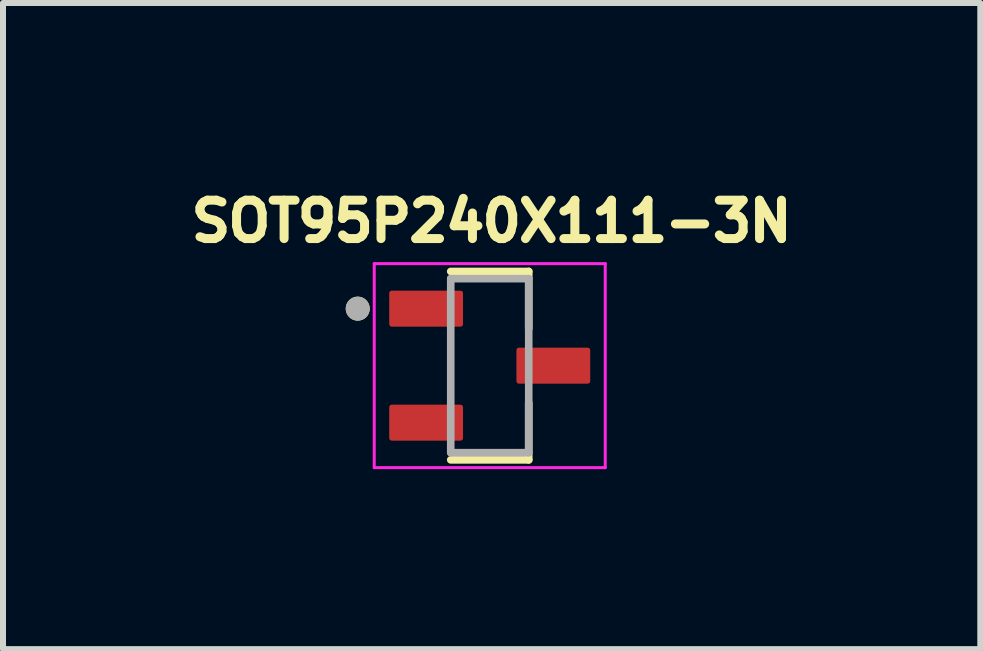
<source format=kicad_pcb>
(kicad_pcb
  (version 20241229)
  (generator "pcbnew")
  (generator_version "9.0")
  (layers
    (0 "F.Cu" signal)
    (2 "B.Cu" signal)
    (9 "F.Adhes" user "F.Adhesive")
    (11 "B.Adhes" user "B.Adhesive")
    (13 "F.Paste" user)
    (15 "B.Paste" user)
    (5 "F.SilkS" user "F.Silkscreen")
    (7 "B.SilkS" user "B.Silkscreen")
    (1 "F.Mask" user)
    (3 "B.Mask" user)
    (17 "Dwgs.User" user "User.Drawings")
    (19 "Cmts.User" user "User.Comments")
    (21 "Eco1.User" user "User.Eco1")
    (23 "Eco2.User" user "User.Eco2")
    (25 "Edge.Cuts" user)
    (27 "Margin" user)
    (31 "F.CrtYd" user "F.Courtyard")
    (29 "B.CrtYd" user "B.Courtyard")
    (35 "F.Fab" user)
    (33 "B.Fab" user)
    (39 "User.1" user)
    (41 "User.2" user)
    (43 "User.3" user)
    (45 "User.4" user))
  (footprint "SOT95P240X111-3N"
    (layer "F.Cu")
    (at 5.112 3.044)
    (property "Reference" "SOT95P240X111-3N" (at 0.032 -2.406 0) (layer "F.SilkS") (effects (font (size 0.64 0.64) (thickness 0.15))))
    (attr through_hole)
    (fp_line (start -0.65 -1.57) (end 0.65 -1.57) (stroke (width 0.127) (type solid)) (layer "F.SilkS"))
    (fp_line (start -0.65 1.57) (end 0.65 1.57) (stroke (width 0.127) (type solid)) (layer "F.SilkS"))
    (fp_line (start 0.65 -1.57) (end 0.65 -0.62) (stroke (width 0.127) (type solid)) (layer "F.SilkS"))
    (fp_line (start 0.65 1.57) (end 0.65 0.62) (stroke (width 0.127) (type solid)) (layer "F.SilkS"))
    (fp_circle (center -2.2 -0.95) (end -2.1 -0.95) (stroke (width 0.2) (type solid)) (fill no) (layer "F.SilkS"))
    (fp_line (start -1.925 -1.7) (end 1.925 -1.7) (stroke (width 0.05) (type solid)) (layer "F.CrtYd"))
    (fp_line (start -1.925 1.7) (end -1.925 -1.7) (stroke (width 0.05) (type solid)) (layer "F.CrtYd"))
    (fp_line (start 1.925 1.7) (end -1.925 1.7) (stroke (width 0.05) (type solid)) (layer "F.CrtYd"))
    (fp_line (start 1.925 1.7) (end 1.925 -1.7) (stroke (width 0.05) (type solid)) (layer "F.CrtYd"))
    (fp_line (start -0.65 -1.45) (end 0.65 -1.45) (stroke (width 0.127) (type solid)) (layer "F.Fab"))
    (fp_line (start -0.65 1.45) (end -0.65 -1.45) (stroke (width 0.127) (type solid)) (layer "F.Fab"))
    (fp_line (start 0.65 -1.45) (end 0.65 1.45) (stroke (width 0.127) (type solid)) (layer "F.Fab"))
    (fp_line (start 0.65 1.45) (end -0.65 1.45) (stroke (width 0.127) (type solid)) (layer "F.Fab"))
    (fp_circle (center -2.2 -0.95) (end -2.1 -0.95) (stroke (width 0.2) (type solid)) (fill no) (layer "F.Fab"))
    (pad "1" smd roundrect (at -1.06 -0.95) (size 1.23 0.6) (layers "F.Cu" "F.Mask" "F.Paste") (roundrect_rratio 0.07))
    (pad "2" smd roundrect (at -1.06 0.95) (size 1.23 0.6) (layers "F.Cu" "F.Mask" "F.Paste") (roundrect_rratio 0.07))
    (pad "3" smd roundrect (at 1.06 0) (size 1.23 0.6) (layers "F.Cu" "F.Mask" "F.Paste") (roundrect_rratio 0.07)))
  (gr_rect
    (start -3 -3)
    (end 13.288 7.769)
    (stroke (width 0.1) (type default))
    (fill no)
    (layer "Edge.Cuts")))
</source>
